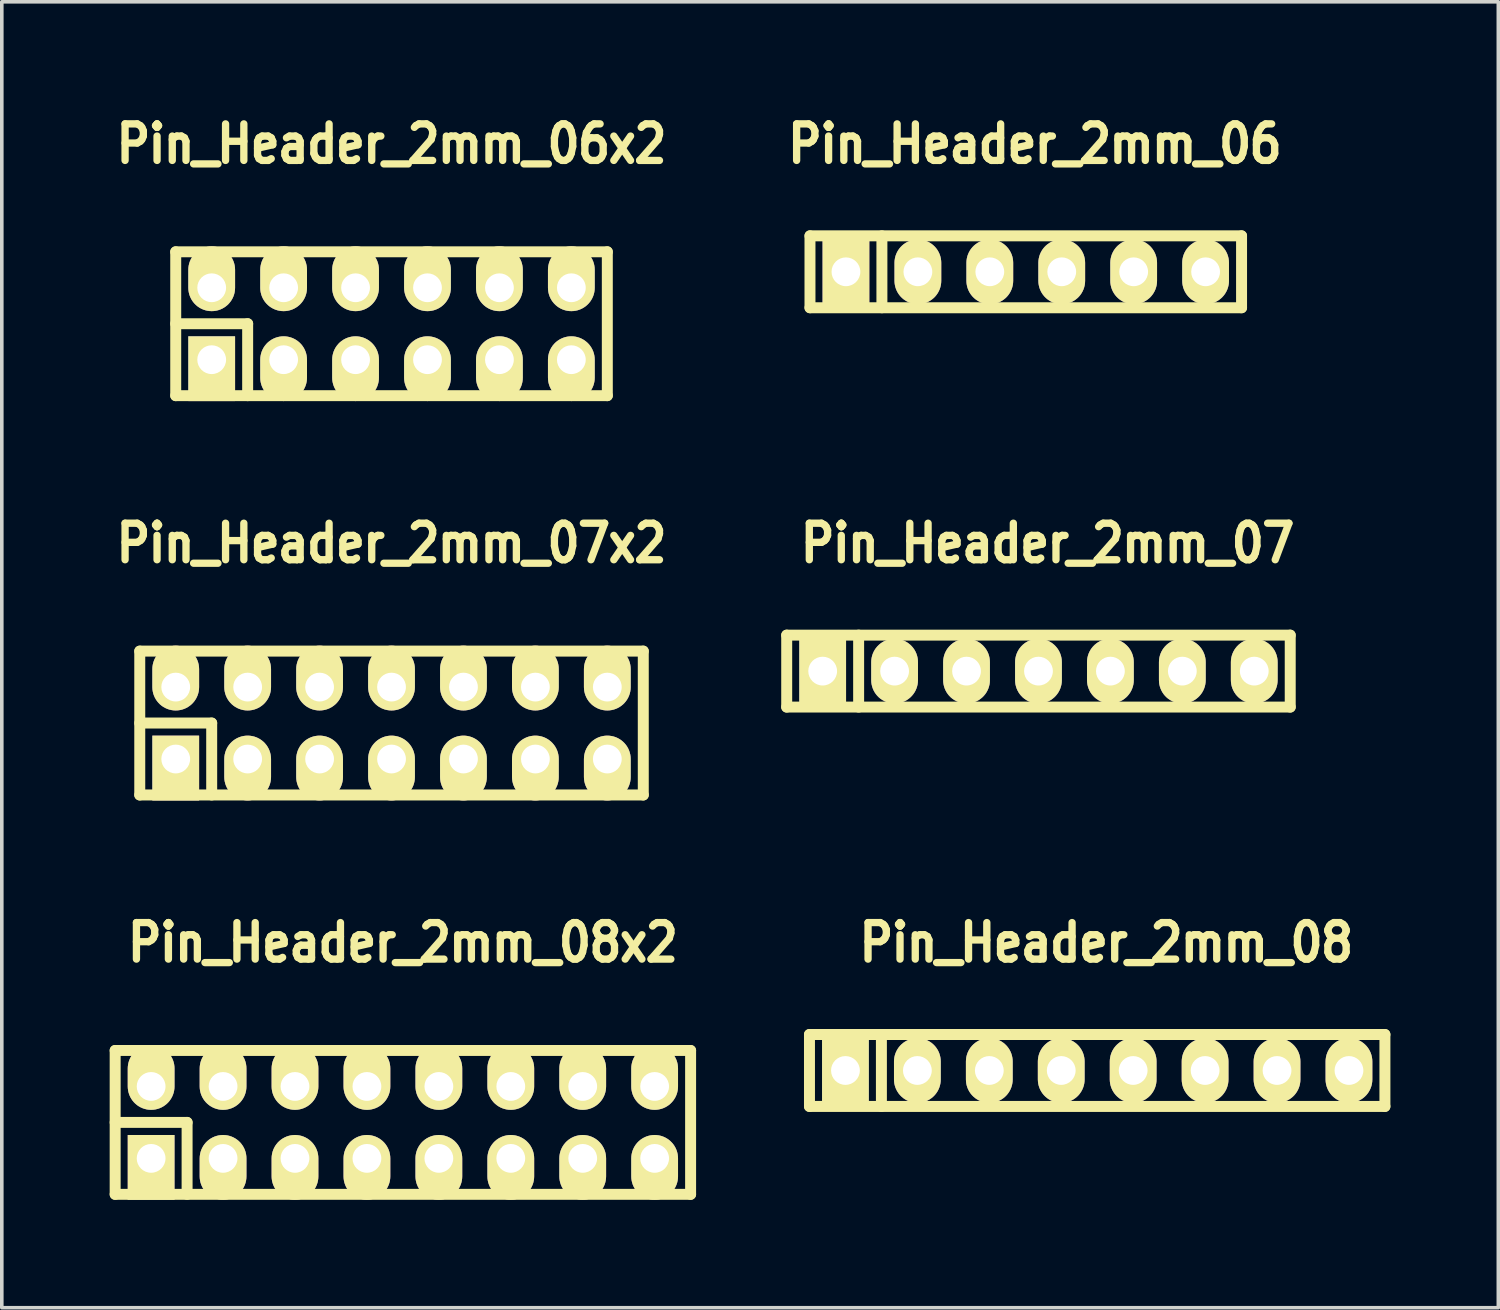
<source format=kicad_pcb>
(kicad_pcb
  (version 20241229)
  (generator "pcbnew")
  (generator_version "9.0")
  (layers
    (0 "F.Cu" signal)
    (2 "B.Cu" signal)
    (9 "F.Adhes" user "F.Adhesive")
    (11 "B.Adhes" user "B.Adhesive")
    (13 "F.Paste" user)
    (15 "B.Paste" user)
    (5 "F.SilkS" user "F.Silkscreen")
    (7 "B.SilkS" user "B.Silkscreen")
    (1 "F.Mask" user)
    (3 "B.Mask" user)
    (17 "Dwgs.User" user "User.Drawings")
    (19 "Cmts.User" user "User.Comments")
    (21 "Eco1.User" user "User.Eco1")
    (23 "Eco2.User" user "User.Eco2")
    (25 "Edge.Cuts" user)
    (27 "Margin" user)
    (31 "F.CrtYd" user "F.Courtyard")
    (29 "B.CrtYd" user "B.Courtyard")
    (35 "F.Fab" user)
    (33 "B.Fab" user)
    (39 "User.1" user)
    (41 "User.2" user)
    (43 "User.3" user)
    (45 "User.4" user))
  (footprint "Pin_Header_2mm_08x2"
    (layer "F.Cu")
    (at 8.152 28.158)
    (property "Reference" "Pin_Header_2mm_08x2" (at 0 -5 0) (layer "F.SilkS") (effects (font (size 1.016 0.889) (thickness 0.203))))
    (attr through_hole)
    (fp_line (start -8 -2) (end 8 -2) (stroke (width 0.305) (type solid)) (layer "F.SilkS"))
    (fp_line (start -8 0) (end -6 0) (stroke (width 0.305) (type solid)) (layer "F.SilkS"))
    (fp_line (start -8 2) (end -8 -2) (stroke (width 0.305) (type solid)) (layer "F.SilkS"))
    (fp_line (start -6 0) (end -6 2) (stroke (width 0.305) (type solid)) (layer "F.SilkS"))
    (fp_line (start 8 -2) (end 8 2) (stroke (width 0.305) (type solid)) (layer "F.SilkS"))
    (fp_line (start 8 2) (end -8 2) (stroke (width 0.305) (type solid)) (layer "F.SilkS"))
    (pad "1" thru_hole rect (at -7 1) (size 1.3 1.8) (drill 0.8 (offset 0 0.25)) (layers "*.Cu" "*.Mask" "F.SilkS"))
    (pad "2" thru_hole oval (at -7 -1) (size 1.3 1.8) (drill 0.8 (offset 0 -0.25)) (layers "*.Cu" "*.Mask" "F.SilkS"))
    (pad "3" thru_hole oval (at -5 1) (size 1.3 1.8) (drill 0.8 (offset 0 0.25)) (layers "*.Cu" "*.Mask" "F.SilkS"))
    (pad "4" thru_hole oval (at -5 -1) (size 1.3 1.8) (drill 0.8 (offset 0 -0.25)) (layers "*.Cu" "*.Mask" "F.SilkS"))
    (pad "5" thru_hole oval (at -3 1) (size 1.3 1.8) (drill 0.8 (offset 0 0.25)) (layers "*.Cu" "*.Mask" "F.SilkS"))
    (pad "6" thru_hole oval (at -3 -1) (size 1.3 1.8) (drill 0.8 (offset 0 -0.25)) (layers "*.Cu" "*.Mask" "F.SilkS"))
    (pad "7" thru_hole oval (at -1 1) (size 1.3 1.8) (drill 0.8 (offset 0 0.25)) (layers "*.Cu" "*.Mask" "F.SilkS"))
    (pad "8" thru_hole oval (at -1 -1) (size 1.3 1.8) (drill 0.8 (offset 0 -0.25)) (layers "*.Cu" "*.Mask" "F.SilkS"))
    (pad "9" thru_hole oval (at 1 1) (size 1.3 1.8) (drill 0.8 (offset 0 0.25)) (layers "*.Cu" "*.Mask" "F.SilkS"))
    (pad "10" thru_hole oval (at 1 -1) (size 1.3 1.8) (drill 0.8 (offset 0 -0.25)) (layers "*.Cu" "*.Mask" "F.SilkS"))
    (pad "11" thru_hole oval (at 3 1) (size 1.3 1.8) (drill 0.8 (offset 0 0.25)) (layers "*.Cu" "*.Mask" "F.SilkS"))
    (pad "12" thru_hole oval (at 3 -1) (size 1.3 1.8) (drill 0.8 (offset 0 -0.25)) (layers "*.Cu" "*.Mask" "F.SilkS"))
    (pad "13" thru_hole oval (at 5 1) (size 1.3 1.8) (drill 0.8 (offset 0 0.25)) (layers "*.Cu" "*.Mask" "F.SilkS"))
    (pad "14" thru_hole oval (at 5 -1) (size 1.3 1.8) (drill 0.8 (offset 0 -0.25)) (layers "*.Cu" "*.Mask" "F.SilkS"))
    (pad "15" thru_hole oval (at 7 1) (size 1.3 1.8) (drill 0.8 (offset 0 0.25)) (layers "*.Cu" "*.Mask" "F.SilkS"))
    (pad "16" thru_hole oval (at 7 -1) (size 1.3 1.8) (drill 0.8 (offset 0 -0.25)) (layers "*.Cu" "*.Mask" "F.SilkS")))
  (footprint "Pin_Header_2mm_07"
    (layer "F.Cu")
    (at 25.824 15.61)
    (property "Reference" "Pin_Header_2mm_07" (at 0.254 -3.556 0) (layer "F.SilkS") (effects (font (size 1.016 0.889) (thickness 0.203))))
    (attr through_hole)
    (fp_line (start -7 -1) (end 7 -1) (stroke (width 0.305) (type solid)) (layer "F.SilkS"))
    (fp_line (start -7 1) (end -7 -1) (stroke (width 0.305) (type solid)) (layer "F.SilkS"))
    (fp_line (start -5 -1) (end -5 1) (stroke (width 0.305) (type solid)) (layer "F.SilkS"))
    (fp_line (start 7 -1) (end 7 1) (stroke (width 0.305) (type solid)) (layer "F.SilkS"))
    (fp_line (start 7 1) (end -7 1) (stroke (width 0.305) (type solid)) (layer "F.SilkS"))
    (pad "1" thru_hole rect (at -6 0) (size 1.3 1.8) (drill 0.8) (layers "*.Cu" "*.Mask" "F.SilkS"))
    (pad "2" thru_hole oval (at -4 0) (size 1.3 1.8) (drill 0.8) (layers "*.Cu" "*.Mask" "F.SilkS"))
    (pad "3" thru_hole oval (at -2 0) (size 1.3 1.8) (drill 0.8) (layers "*.Cu" "*.Mask" "F.SilkS"))
    (pad "4" thru_hole oval (at 0 0) (size 1.3 1.8) (drill 0.8) (layers "*.Cu" "*.Mask" "F.SilkS"))
    (pad "5" thru_hole oval (at 2 0) (size 1.3 1.8) (drill 0.8) (layers "*.Cu" "*.Mask" "F.SilkS"))
    (pad "6" thru_hole oval (at 4 0) (size 1.3 1.8) (drill 0.8) (layers "*.Cu" "*.Mask" "F.SilkS"))
    (pad "7" thru_hole oval (at 6 0) (size 1.3 1.8) (drill 0.8) (layers "*.Cu" "*.Mask" "F.SilkS")))
  (footprint "Pin_Header_2mm_06x2"
    (layer "F.Cu")
    (at 7.836 5.951)
    (property "Reference" "Pin_Header_2mm_06x2" (at 0 -5 0) (layer "F.SilkS") (effects (font (size 1.016 0.889) (thickness 0.203))))
    (attr through_hole)
    (fp_line (start -6 -2) (end 6 -2) (stroke (width 0.305) (type solid)) (layer "F.SilkS"))
    (fp_line (start -6 0) (end -4 0) (stroke (width 0.305) (type solid)) (layer "F.SilkS"))
    (fp_line (start -6 2) (end -6 -2) (stroke (width 0.305) (type solid)) (layer "F.SilkS"))
    (fp_line (start -4 0) (end -4 2) (stroke (width 0.305) (type solid)) (layer "F.SilkS"))
    (fp_line (start 6 -2) (end 6 2) (stroke (width 0.305) (type solid)) (layer "F.SilkS"))
    (fp_line (start 6 2) (end -6 2) (stroke (width 0.305) (type solid)) (layer "F.SilkS"))
    (pad "1" thru_hole rect (at -5 1) (size 1.3 1.8) (drill 0.8 (offset 0 0.25)) (layers "*.Cu" "*.Mask" "F.SilkS"))
    (pad "2" thru_hole oval (at -5 -1) (size 1.3 1.8) (drill 0.8 (offset 0 -0.25)) (layers "*.Cu" "*.Mask" "F.SilkS"))
    (pad "3" thru_hole oval (at -3 1) (size 1.3 1.8) (drill 0.8 (offset 0 0.25)) (layers "*.Cu" "*.Mask" "F.SilkS"))
    (pad "4" thru_hole oval (at -3 -1) (size 1.3 1.8) (drill 0.8 (offset 0 -0.25)) (layers "*.Cu" "*.Mask" "F.SilkS"))
    (pad "5" thru_hole oval (at -1 1) (size 1.3 1.8) (drill 0.8 (offset 0 0.25)) (layers "*.Cu" "*.Mask" "F.SilkS"))
    (pad "6" thru_hole oval (at -1 -1) (size 1.3 1.8) (drill 0.8 (offset 0 -0.25)) (layers "*.Cu" "*.Mask" "F.SilkS"))
    (pad "7" thru_hole oval (at 1 1) (size 1.3 1.8) (drill 0.8 (offset 0 0.25)) (layers "*.Cu" "*.Mask" "F.SilkS"))
    (pad "8" thru_hole oval (at 1 -1) (size 1.3 1.8) (drill 0.8 (offset 0 -0.25)) (layers "*.Cu" "*.Mask" "F.SilkS"))
    (pad "9" thru_hole oval (at 3 1) (size 1.3 1.8) (drill 0.8 (offset 0 0.25)) (layers "*.Cu" "*.Mask" "F.SilkS"))
    (pad "10" thru_hole oval (at 3 -1) (size 1.3 1.8) (drill 0.8 (offset 0 -0.25)) (layers "*.Cu" "*.Mask" "F.SilkS"))
    (pad "11" thru_hole oval (at 5 1) (size 1.3 1.8) (drill 0.8 (offset 0 0.25)) (layers "*.Cu" "*.Mask" "F.SilkS"))
    (pad "12" thru_hole oval (at 5 -1) (size 1.3 1.8) (drill 0.8 (offset 0 -0.25)) (layers "*.Cu" "*.Mask" "F.SilkS")))
  (footprint "Pin_Header_2mm_06"
    (layer "F.Cu")
    (at 25.471 4.507)
    (property "Reference" "Pin_Header_2mm_06" (at 0.254 -3.556 0) (layer "F.SilkS") (effects (font (size 1.016 0.889) (thickness 0.203))))
    (attr through_hole)
    (fp_line (start -6 -1) (end 6 -1) (stroke (width 0.305) (type solid)) (layer "F.SilkS"))
    (fp_line (start -6 1) (end -6 -1) (stroke (width 0.305) (type solid)) (layer "F.SilkS"))
    (fp_line (start -4 -1) (end -4 1) (stroke (width 0.305) (type solid)) (layer "F.SilkS"))
    (fp_line (start 6 -1) (end 6 1) (stroke (width 0.305) (type solid)) (layer "F.SilkS"))
    (fp_line (start 6 1) (end -6 1) (stroke (width 0.305) (type solid)) (layer "F.SilkS"))
    (pad "1" thru_hole rect (at -5 0) (size 1.3 1.8) (drill 0.8) (layers "*.Cu" "*.Mask" "F.SilkS"))
    (pad "2" thru_hole oval (at -3 0) (size 1.3 1.8) (drill 0.8) (layers "*.Cu" "*.Mask" "F.SilkS"))
    (pad "3" thru_hole oval (at -1 0) (size 1.3 1.8) (drill 0.8) (layers "*.Cu" "*.Mask" "F.SilkS"))
    (pad "4" thru_hole oval (at 1 0) (size 1.3 1.8) (drill 0.8) (layers "*.Cu" "*.Mask" "F.SilkS"))
    (pad "5" thru_hole oval (at 3 0) (size 1.3 1.8) (drill 0.8) (layers "*.Cu" "*.Mask" "F.SilkS"))
    (pad "6" thru_hole oval (at 5 0) (size 1.3 1.8) (drill 0.8) (layers "*.Cu" "*.Mask" "F.SilkS")))
  (footprint "Pin_Header_2mm_07x2"
    (layer "F.Cu")
    (at 7.836 17.054)
    (property "Reference" "Pin_Header_2mm_07x2" (at 0 -5 0) (layer "F.SilkS") (effects (font (size 1.016 0.889) (thickness 0.203))))
    (attr through_hole)
    (fp_line (start -7 -2) (end 7 -2) (stroke (width 0.305) (type solid)) (layer "F.SilkS"))
    (fp_line (start -7 0) (end -5 0) (stroke (width 0.305) (type solid)) (layer "F.SilkS"))
    (fp_line (start -7 2) (end -7 -2) (stroke (width 0.305) (type solid)) (layer "F.SilkS"))
    (fp_line (start -5 0) (end -5 2) (stroke (width 0.305) (type solid)) (layer "F.SilkS"))
    (fp_line (start 7 -2) (end 7 2) (stroke (width 0.305) (type solid)) (layer "F.SilkS"))
    (fp_line (start 7 2) (end -7 2) (stroke (width 0.305) (type solid)) (layer "F.SilkS"))
    (pad "1" thru_hole rect (at -6 1) (size 1.3 1.8) (drill 0.8 (offset 0 0.25)) (layers "*.Cu" "*.Mask" "F.SilkS"))
    (pad "2" thru_hole oval (at -6 -1) (size 1.3 1.8) (drill 0.8 (offset 0 -0.25)) (layers "*.Cu" "*.Mask" "F.SilkS"))
    (pad "3" thru_hole oval (at -4 1) (size 1.3 1.8) (drill 0.8 (offset 0 0.25)) (layers "*.Cu" "*.Mask" "F.SilkS"))
    (pad "4" thru_hole oval (at -4 -1) (size 1.3 1.8) (drill 0.8 (offset 0 -0.25)) (layers "*.Cu" "*.Mask" "F.SilkS"))
    (pad "5" thru_hole oval (at -2 1) (size 1.3 1.8) (drill 0.8 (offset 0 0.25)) (layers "*.Cu" "*.Mask" "F.SilkS"))
    (pad "6" thru_hole oval (at -2 -1) (size 1.3 1.8) (drill 0.8 (offset 0 -0.25)) (layers "*.Cu" "*.Mask" "F.SilkS"))
    (pad "7" thru_hole oval (at 0 1) (size 1.3 1.8) (drill 0.8 (offset 0 0.25)) (layers "*.Cu" "*.Mask" "F.SilkS"))
    (pad "8" thru_hole oval (at 0 -1) (size 1.3 1.8) (drill 0.8 (offset 0 -0.25)) (layers "*.Cu" "*.Mask" "F.SilkS"))
    (pad "9" thru_hole oval (at 2 1) (size 1.3 1.8) (drill 0.8 (offset 0 0.25)) (layers "*.Cu" "*.Mask" "F.SilkS"))
    (pad "10" thru_hole oval (at 2 -1) (size 1.3 1.8) (drill 0.8 (offset 0 -0.25)) (layers "*.Cu" "*.Mask" "F.SilkS"))
    (pad "11" thru_hole oval (at 4 1) (size 1.3 1.8) (drill 0.8 (offset 0 0.25)) (layers "*.Cu" "*.Mask" "F.SilkS"))
    (pad "12" thru_hole oval (at 4 -1) (size 1.3 1.8) (drill 0.8 (offset 0 -0.25)) (layers "*.Cu" "*.Mask" "F.SilkS"))
    (pad "13" thru_hole oval (at 6 1) (size 1.3 1.8) (drill 0.8 (offset 0 0.25)) (layers "*.Cu" "*.Mask" "F.SilkS"))
    (pad "14" thru_hole oval (at 6 -1) (size 1.3 1.8) (drill 0.8 (offset 0 -0.25)) (layers "*.Cu" "*.Mask" "F.SilkS")))
  (footprint "Pin_Header_2mm_08"
    (layer "F.Cu")
    (at 27.457 26.714)
    (property "Reference" "Pin_Header_2mm_08" (at 0.254 -3.556 0) (layer "F.SilkS") (effects (font (size 1.016 0.889) (thickness 0.203))))
    (attr through_hole)
    (fp_line (start -8 -1) (end 8 -1) (stroke (width 0.305) (type solid)) (layer "F.SilkS"))
    (fp_line (start -8 1) (end -8 -1) (stroke (width 0.305) (type solid)) (layer "F.SilkS"))
    (fp_line (start -6 -1) (end -6 1) (stroke (width 0.305) (type solid)) (layer "F.SilkS"))
    (fp_line (start 8 -1) (end 8 1) (stroke (width 0.305) (type solid)) (layer "F.SilkS"))
    (fp_line (start 8 1) (end -8 1) (stroke (width 0.305) (type solid)) (layer "F.SilkS"))
    (pad "1" thru_hole rect (at -7 0) (size 1.3 1.8) (drill 0.8) (layers "*.Cu" "*.Mask" "F.SilkS"))
    (pad "2" thru_hole oval (at -5 0) (size 1.3 1.8) (drill 0.8) (layers "*.Cu" "*.Mask" "F.SilkS"))
    (pad "3" thru_hole oval (at -3 0) (size 1.3 1.8) (drill 0.8) (layers "*.Cu" "*.Mask" "F.SilkS"))
    (pad "4" thru_hole oval (at -1 0) (size 1.3 1.8) (drill 0.8) (layers "*.Cu" "*.Mask" "F.SilkS"))
    (pad "5" thru_hole oval (at 1 0) (size 1.3 1.8) (drill 0.8) (layers "*.Cu" "*.Mask" "F.SilkS"))
    (pad "6" thru_hole oval (at 3 0) (size 1.3 1.8) (drill 0.8) (layers "*.Cu" "*.Mask" "F.SilkS"))
    (pad "7" thru_hole oval (at 5 0) (size 1.3 1.8) (drill 0.8) (layers "*.Cu" "*.Mask" "F.SilkS"))
    (pad "8" thru_hole oval (at 7 0) (size 1.3 1.8) (drill 0.8) (layers "*.Cu" "*.Mask" "F.SilkS")))
  (gr_rect
    (start -3 -3)
    (end 38.61 33.31)
    (stroke (width 0.1) (type default))
    (fill no)
    (layer "Edge.Cuts")))
</source>
